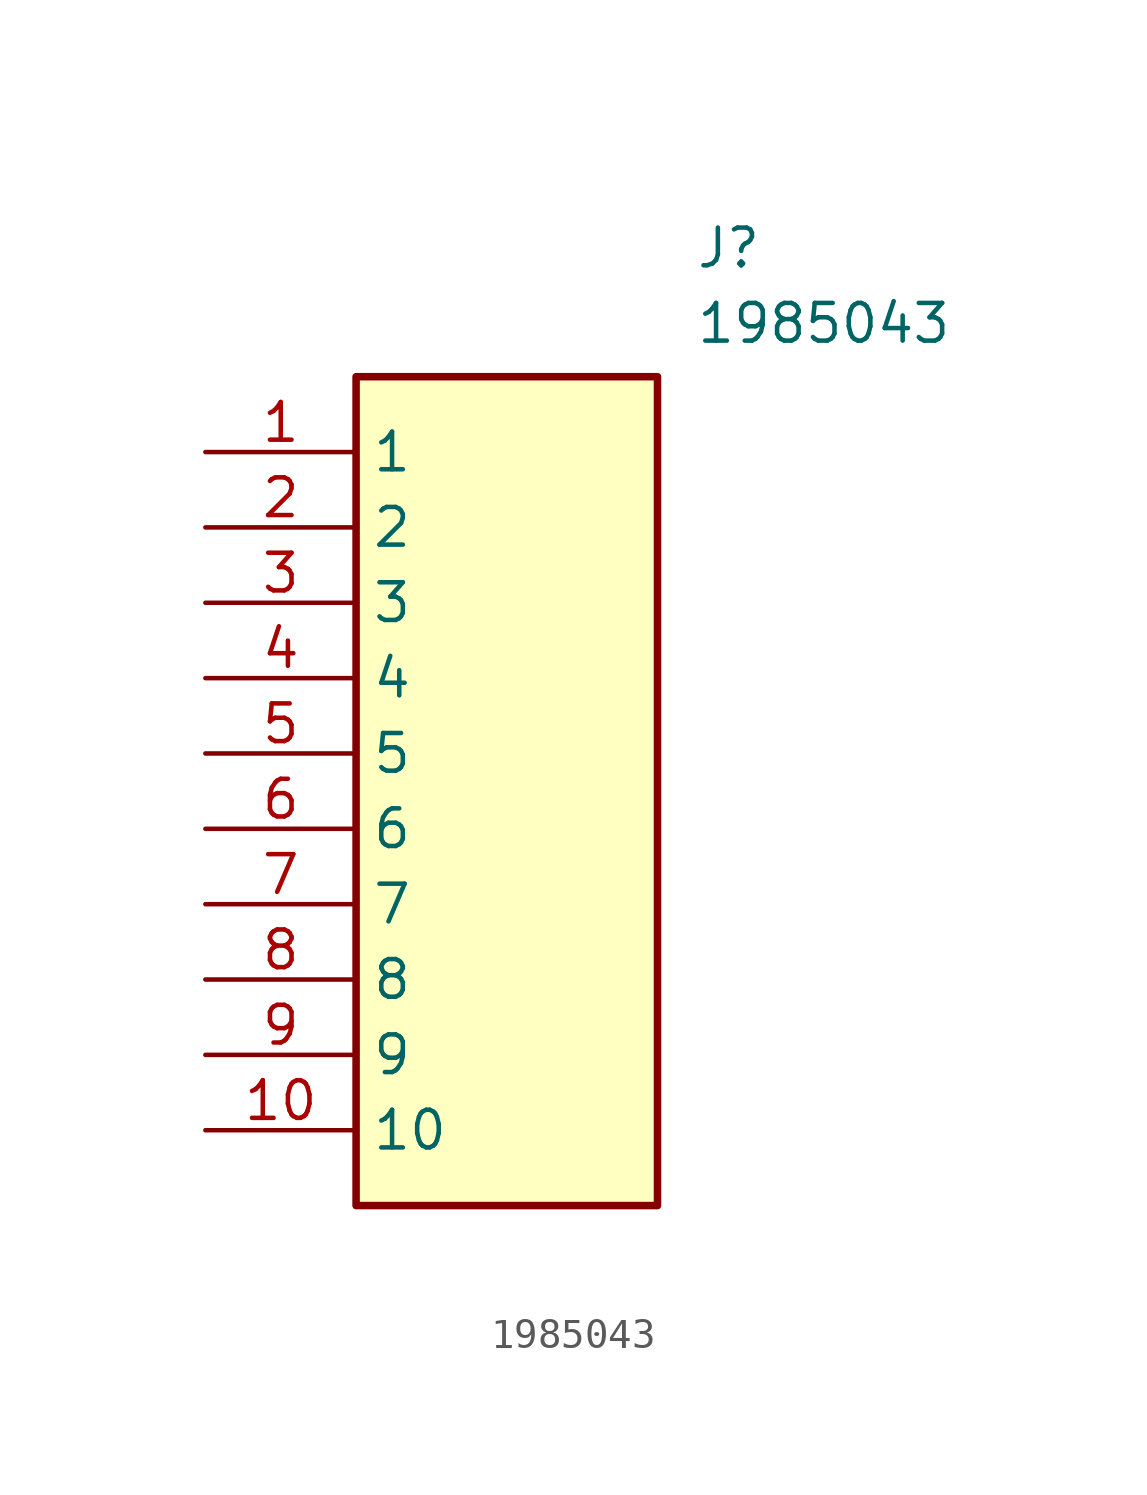
<source format=kicad_sym>
(kicad_symbol_lib
  (version 20211014)
  (generator SamacSys_ECAD_Model)
  (symbol "1985043"
    (property "Reference" "J"
      (at 16.51 7.62 0)
      (effects (font (size 1.27 1.27)) (justify left top)))
    (property "Value" "1985043"
      (at 16.51 5.08 0)
      (effects (font (size 1.27 1.27)) (justify left top)))
    (rectangle
      (start 5.08 2.54)
      (end 15.24 -25.4)
      (stroke (width 0.254) (type default))
      (fill (type background)))
    (pin passive line
      (at 0 0 0)
      (length 5.08)
      (name "1" (effects (font (size 1.27 1.27))))
      (number "1" (effects (font (size 1.27 1.27)))))
    (pin passive line
      (at 0 -2.54 0)
      (length 5.08)
      (name "2" (effects (font (size 1.27 1.27))))
      (number "2" (effects (font (size 1.27 1.27)))))
    (pin passive line
      (at 0 -5.08 0)
      (length 5.08)
      (name "3" (effects (font (size 1.27 1.27))))
      (number "3" (effects (font (size 1.27 1.27)))))
    (pin passive line
      (at 0 -7.62 0)
      (length 5.08)
      (name "4" (effects (font (size 1.27 1.27))))
      (number "4" (effects (font (size 1.27 1.27)))))
    (pin passive line
      (at 0 -10.16 0)
      (length 5.08)
      (name "5" (effects (font (size 1.27 1.27))))
      (number "5" (effects (font (size 1.27 1.27)))))
    (pin passive line
      (at 0 -12.7 0)
      (length 5.08)
      (name "6" (effects (font (size 1.27 1.27))))
      (number "6" (effects (font (size 1.27 1.27)))))
    (pin passive line
      (at 0 -15.24 0)
      (length 5.08)
      (name "7" (effects (font (size 1.27 1.27))))
      (number "7" (effects (font (size 1.27 1.27)))))
    (pin passive line
      (at 0 -17.78 0)
      (length 5.08)
      (name "8" (effects (font (size 1.27 1.27))))
      (number "8" (effects (font (size 1.27 1.27)))))
    (pin passive line
      (at 0 -20.32 0)
      (length 5.08)
      (name "9" (effects (font (size 1.27 1.27))))
      (number "9" (effects (font (size 1.27 1.27)))))
    (pin passive line
      (at 0 -22.86 0)
      (length 5.08)
      (name "10" (effects (font (size 1.27 1.27))))
      (number "10" (effects (font (size 1.27 1.27)))))))
</source>
